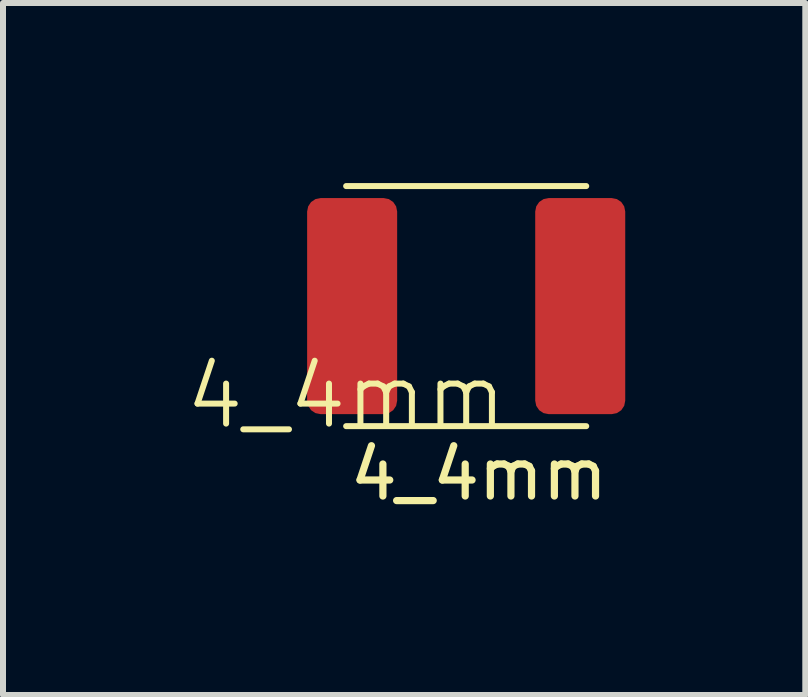
<source format=kicad_pcb>
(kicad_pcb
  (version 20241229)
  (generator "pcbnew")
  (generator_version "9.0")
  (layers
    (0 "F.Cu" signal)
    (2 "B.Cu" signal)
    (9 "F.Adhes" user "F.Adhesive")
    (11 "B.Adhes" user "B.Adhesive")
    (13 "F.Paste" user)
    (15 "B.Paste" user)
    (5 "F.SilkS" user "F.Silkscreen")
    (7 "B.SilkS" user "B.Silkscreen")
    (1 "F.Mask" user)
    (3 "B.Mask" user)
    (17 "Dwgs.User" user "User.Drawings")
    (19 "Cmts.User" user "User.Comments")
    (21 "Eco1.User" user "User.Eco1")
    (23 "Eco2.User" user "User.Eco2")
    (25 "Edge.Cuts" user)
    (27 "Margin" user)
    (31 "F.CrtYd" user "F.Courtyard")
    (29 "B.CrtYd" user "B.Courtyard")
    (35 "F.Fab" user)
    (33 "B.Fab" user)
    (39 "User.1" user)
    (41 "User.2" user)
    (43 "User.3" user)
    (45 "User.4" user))
  (footprint "4_4mm"
    (layer "F.Cu")
    (at 2.717 4.05)
    (property "Reference" "4_4mm" (at 0 -0.5 0) (unlocked yes) (layer "F.SilkS") (effects (font (size 1 1) (thickness 0.1))))
    (attr smd)
    (fp_line (start 0 0) (end 4 0) (stroke (width 0.1) (type default)) (layer "F.SilkS"))
    (fp_line (start 4 -4) (end 0 -4) (stroke (width 0.1) (type default)) (layer "F.SilkS"))
    (fp_text user "${REFERENCE}" (at 0 0.8 0) (unlocked yes) (layer "F.SilkS") (effects (font (size 0.8 0.8) (thickness 0.12)) (justify left)))
    (pad "1" smd roundrect (at 0.1 -2) (size 1.5 3.6) (layers "F.Cu" "F.Mask" "F.Paste") (roundrect_rratio 0.15))
    (pad "2" smd roundrect (at 3.9 -2) (size 1.5 3.6) (layers "F.Cu" "F.Mask" "F.Paste") (roundrect_rratio 0.15)))
  (gr_rect
    (start -3 -3)
    (end 10.367 8.529)
    (stroke (width 0.1) (type default))
    (fill no)
    (layer "Edge.Cuts")))
</source>
